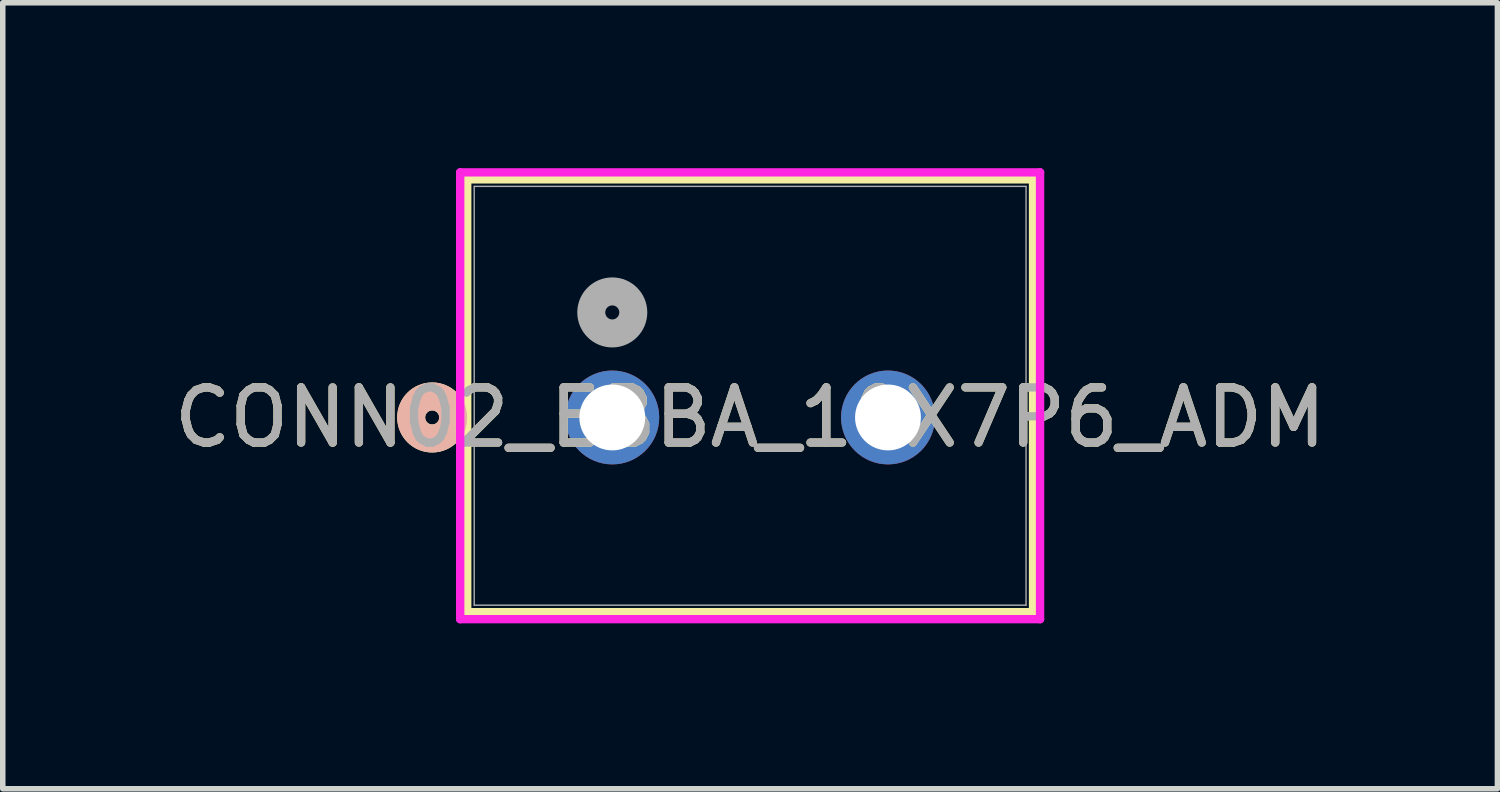
<source format=kicad_pcb>
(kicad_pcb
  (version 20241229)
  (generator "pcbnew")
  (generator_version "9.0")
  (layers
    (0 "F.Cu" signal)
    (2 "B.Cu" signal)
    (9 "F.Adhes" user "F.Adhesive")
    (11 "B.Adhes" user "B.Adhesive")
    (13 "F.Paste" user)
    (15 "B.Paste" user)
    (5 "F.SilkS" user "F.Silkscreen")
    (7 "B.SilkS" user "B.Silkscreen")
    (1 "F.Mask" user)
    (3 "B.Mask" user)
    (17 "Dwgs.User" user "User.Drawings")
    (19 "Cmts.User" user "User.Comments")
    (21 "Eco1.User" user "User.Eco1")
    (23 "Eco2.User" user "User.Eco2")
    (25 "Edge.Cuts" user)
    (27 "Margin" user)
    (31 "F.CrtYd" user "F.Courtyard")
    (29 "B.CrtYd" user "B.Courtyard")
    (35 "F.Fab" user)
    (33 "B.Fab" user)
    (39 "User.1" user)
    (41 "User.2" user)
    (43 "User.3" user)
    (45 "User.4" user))
  (footprint "CONN02_EBBA_10X7P6_ADM"
    (layer "F.Cu")
    (at 8.054 4.521)
    (property "Reference" "CONN02_EBBA_10X7P6_ADM" (at 2.5 0 0) (unlocked yes) (layer "F.SilkS") (effects (font (size 1 1) (thickness 0.15))))
    (attr through_hole)
    (fp_line (start -2.631 -4.318) (end -2.631 3.531) (stroke (width 0.152) (type solid)) (layer "F.SilkS"))
    (fp_line (start -2.631 3.531) (end 7.631 3.531) (stroke (width 0.152) (type solid)) (layer "F.SilkS"))
    (fp_line (start 7.631 -4.318) (end -2.631 -4.318) (stroke (width 0.152) (type solid)) (layer "F.SilkS"))
    (fp_line (start 7.631 3.531) (end 7.631 -4.318) (stroke (width 0.152) (type solid)) (layer "F.SilkS"))
    (fp_circle (center -3.266 0) (end -2.885 0) (stroke (width 0.508) (type solid)) (fill no) (layer "F.SilkS"))
    (fp_circle (center -3.266 0) (end -2.885 0) (stroke (width 0.508) (type solid)) (fill no) (layer "B.SilkS"))
    (fp_line (start -2.758 -4.445) (end -2.758 3.658) (stroke (width 0.152) (type solid)) (layer "F.CrtYd"))
    (fp_line (start -2.758 3.658) (end 7.758 3.658) (stroke (width 0.152) (type solid)) (layer "F.CrtYd"))
    (fp_line (start 7.758 -4.445) (end -2.758 -4.445) (stroke (width 0.152) (type solid)) (layer "F.CrtYd"))
    (fp_line (start 7.758 3.658) (end 7.758 -4.445) (stroke (width 0.152) (type solid)) (layer "F.CrtYd"))
    (fp_line (start -2.504 -4.191) (end -2.504 3.404) (stroke (width 0.025) (type solid)) (layer "F.Fab"))
    (fp_line (start -2.504 3.404) (end 7.504 3.404) (stroke (width 0.025) (type solid)) (layer "F.Fab"))
    (fp_line (start 7.504 -4.191) (end -2.504 -4.191) (stroke (width 0.025) (type solid)) (layer "F.Fab"))
    (fp_line (start 7.504 3.404) (end 7.504 -4.191) (stroke (width 0.025) (type solid)) (layer "F.Fab"))
    (fp_circle (center 0 -1.905) (end 0.381 -1.905) (stroke (width 0.508) (type solid)) (fill no) (layer "F.Fab"))
    (fp_text user "${REFERENCE}" (at 2.5 0 0) (unlocked yes) (layer "F.Fab") (effects (font (size 1 1) (thickness 0.15))))
    (pad "1" thru_hole circle (at 0 0) (size 1.702 1.702) (drill 1.194) (layers "*.Cu" "*.Mask"))
    (pad "2" thru_hole circle (at 5 0) (size 1.702 1.702) (drill 1.194) (layers "*.Cu" "*.Mask")))
  (gr_rect
    (start -3 -3)
    (end 24.107 11.255)
    (stroke (width 0.1) (type default))
    (fill no)
    (layer "Edge.Cuts")))
</source>
